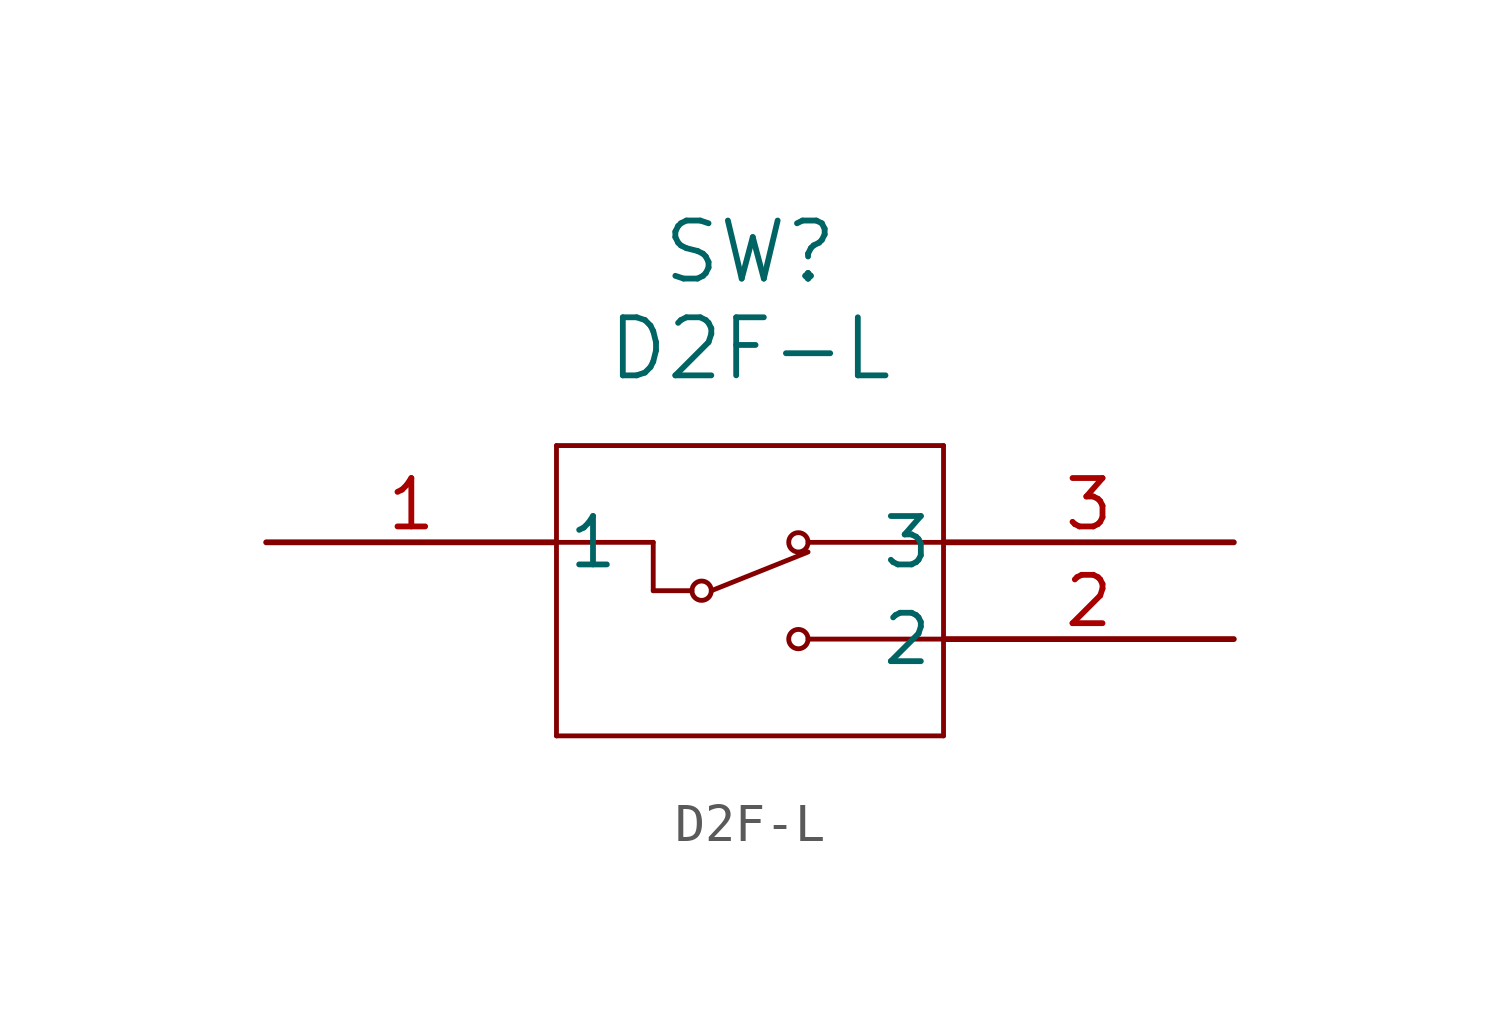
<source format=kicad_sym>
(kicad_symbol_lib
  (version 20211014)
  (generator kicad_symbol_editor)
  (symbol "D2F-L"
    (pin_names
      (offset 0.254))
    (property "Reference" "SW"
      (at 12.7 7.62 0)
      (effects (font (size 1.524 1.524))))
    (property "Value" "D2F-L"
      (at 12.7 5.08 0)
      (effects (font (size 1.524 1.524))))
    (symbol "D2F-L_0_1"
      (polyline (pts (xy 7.62 2.54) (xy 7.62 -5.08)) (stroke (width 0.127) (type default) (color 0 0 0 0)) (fill (type none)))
      (polyline (pts (xy 7.62 -5.08) (xy 17.78 -5.08)) (stroke (width 0.127) (type default) (color 0 0 0 0)) (fill (type none)))
      (polyline (pts (xy 17.78 -5.08) (xy 17.78 2.54)) (stroke (width 0.127) (type default) (color 0 0 0 0)) (fill (type none)))
      (polyline (pts (xy 17.78 2.54) (xy 7.62 2.54)) (stroke (width 0.127) (type default) (color 0 0 0 0)) (fill (type none)))
      (polyline (pts (xy 7.62 0) (xy 10.16 0)) (stroke (width 0.127) (type default) (color 0 0 0 0)) (fill (type none)))
      (polyline (pts (xy 17.78 0) (xy 14.224 0)) (stroke (width 0.127) (type default) (color 0 0 0 0)) (fill (type none)))
      (polyline (pts (xy 17.78 -2.54) (xy 14.224 -2.54)) (stroke (width 0.127) (type default) (color 0 0 0 0)) (fill (type none)))
      (polyline (pts (xy 11.176 -1.27) (xy 10.16 -1.27)) (stroke (width 0.127) (type default) (color 0 0 0 0)) (fill (type none)))
      (circle (center 11.43 -1.27) (radius 0.254) (stroke (width 0.127) (type default) (color 0 0 0 0)) (fill (type none)))
      (polyline (pts (xy 11.684 -1.27) (xy 14.224 -0.254)) (stroke (width 0.127) (type default) (color 0 0 0 0)) (fill (type none)))
      (circle (center 13.97 0) (radius 0.254) (stroke (width 0.127) (type default) (color 0 0 0 0)) (fill (type none)))
      (circle (center 13.97 -2.54) (radius 0.254) (stroke (width 0.127) (type default) (color 0 0 0 0)) (fill (type none)))
      (polyline (pts (xy 10.16 0) (xy 10.16 -1.27)) (stroke (width 0.127) (type default) (color 0 0 0 0)) (fill (type none)))
      (pin unspecified line (at 0 0 0) (length 7.62) (name "1" (effects (font (size 1.27 1.27)))) (number "1" (effects (font (size 1.27 1.27)))))
      (pin unspecified line (at 25.4 -2.54 180) (length 7.62) (name "2" (effects (font (size 1.27 1.27)))) (number "2" (effects (font (size 1.27 1.27)))))
      (pin unspecified line (at 25.4 0 180) (length 7.62) (name "3" (effects (font (size 1.27 1.27)))) (number "3" (effects (font (size 1.27 1.27))))))))
</source>
